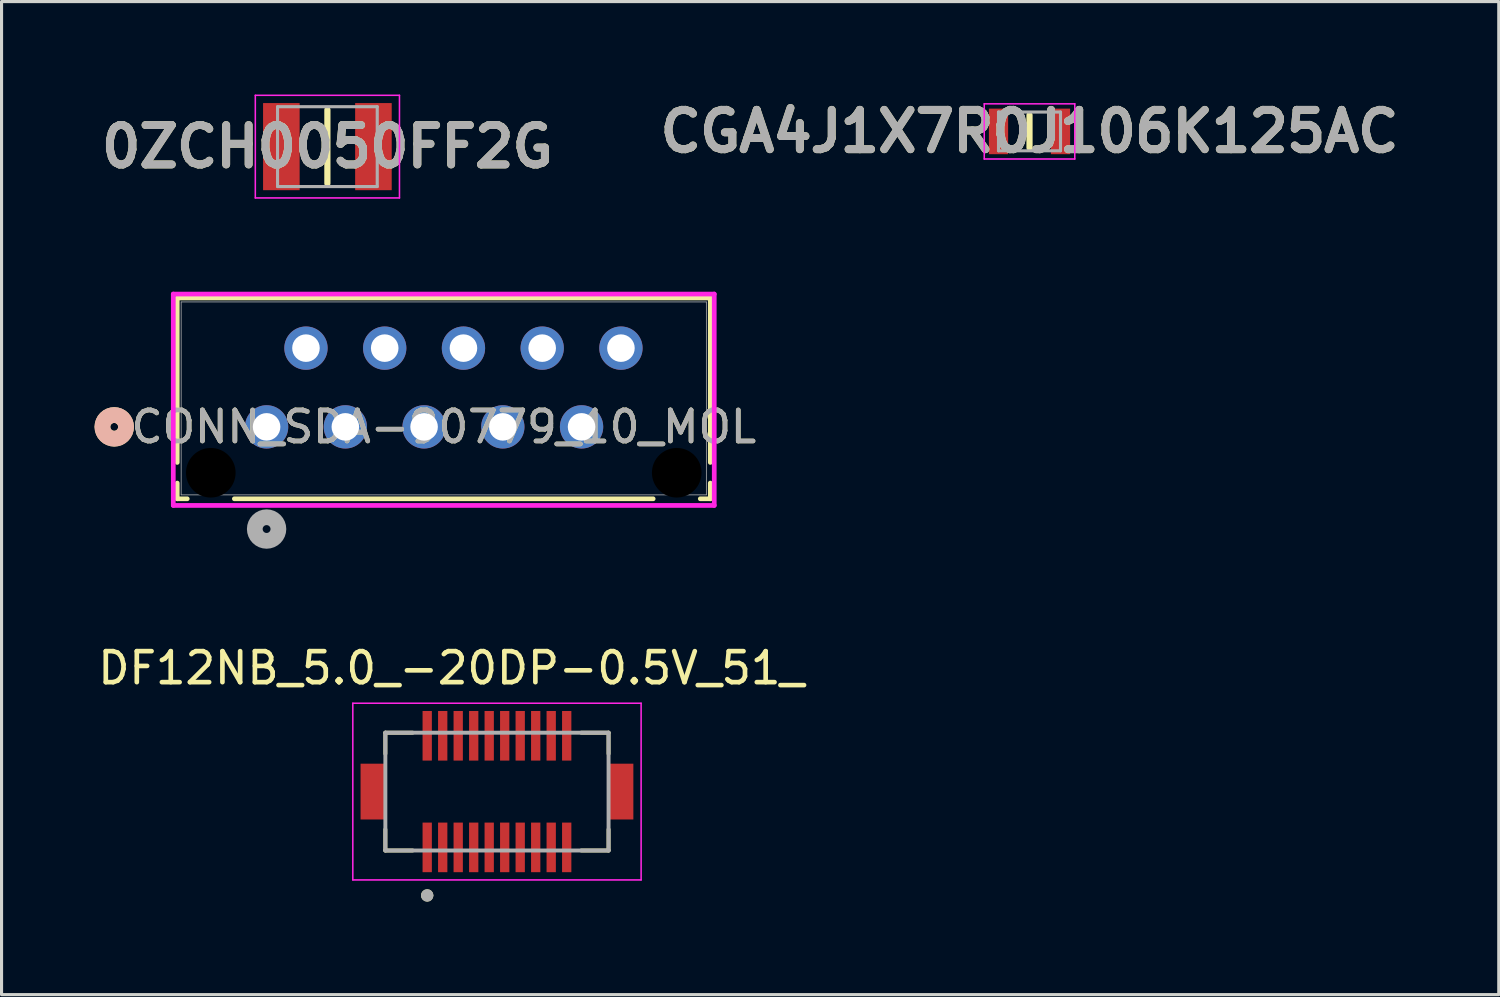
<source format=kicad_pcb>
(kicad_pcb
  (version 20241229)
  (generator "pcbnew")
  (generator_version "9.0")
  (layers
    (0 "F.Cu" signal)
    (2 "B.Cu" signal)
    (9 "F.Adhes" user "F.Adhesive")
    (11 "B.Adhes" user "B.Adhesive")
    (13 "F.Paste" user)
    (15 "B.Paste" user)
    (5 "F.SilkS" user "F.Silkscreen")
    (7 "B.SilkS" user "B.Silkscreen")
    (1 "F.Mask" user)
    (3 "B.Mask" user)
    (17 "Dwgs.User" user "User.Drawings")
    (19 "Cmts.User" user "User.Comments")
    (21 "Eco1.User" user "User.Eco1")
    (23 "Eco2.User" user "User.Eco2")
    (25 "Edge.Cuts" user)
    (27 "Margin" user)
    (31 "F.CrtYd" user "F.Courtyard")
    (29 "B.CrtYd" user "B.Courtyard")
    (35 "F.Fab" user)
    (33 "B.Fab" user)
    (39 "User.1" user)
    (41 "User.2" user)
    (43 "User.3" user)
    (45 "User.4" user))
  (footprint "DF12NB_5.0_-20DP-0.5V_51_"
    (layer "F.Cu")
    (at 12.981 22.485)
    (property "Reference" "DF12NB_5.0_-20DP-0.5V_51_" (at -1.475 -3.985 0) (layer "F.SilkS") (effects (font (size 1 1) (thickness 0.15))))
    (attr smd)
    (fp_poly (pts (xy -2.45 -2.65) (xy -2.05 -2.65) (xy -2.05 -0.95) (xy -2.45 -0.95)) (stroke (width 0.01) (type solid)) (fill yes) (layer "F.Mask"))
    (fp_poly (pts (xy -2.45 0.95) (xy -2.05 0.95) (xy -2.05 2.65) (xy -2.45 2.65)) (stroke (width 0.01) (type solid)) (fill yes) (layer "F.Mask"))
    (fp_poly (pts (xy -1.95 -2.65) (xy -1.55 -2.65) (xy -1.55 -0.95) (xy -1.95 -0.95)) (stroke (width 0.01) (type solid)) (fill yes) (layer "F.Mask"))
    (fp_poly (pts (xy -1.95 0.95) (xy -1.55 0.95) (xy -1.55 2.65) (xy -1.95 2.65)) (stroke (width 0.01) (type solid)) (fill yes) (layer "F.Mask"))
    (fp_poly (pts (xy -1.45 -2.65) (xy -1.05 -2.65) (xy -1.05 -0.95) (xy -1.45 -0.95)) (stroke (width 0.01) (type solid)) (fill yes) (layer "F.Mask"))
    (fp_poly (pts (xy -1.45 0.95) (xy -1.05 0.95) (xy -1.05 2.65) (xy -1.45 2.65)) (stroke (width 0.01) (type solid)) (fill yes) (layer "F.Mask"))
    (fp_poly (pts (xy -0.95 -2.65) (xy -0.55 -2.65) (xy -0.55 -0.95) (xy -0.95 -0.95)) (stroke (width 0.01) (type solid)) (fill yes) (layer "F.Mask"))
    (fp_poly (pts (xy -0.95 0.95) (xy -0.55 0.95) (xy -0.55 2.65) (xy -0.95 2.65)) (stroke (width 0.01) (type solid)) (fill yes) (layer "F.Mask"))
    (fp_poly (pts (xy -0.45 -2.65) (xy -0.05 -2.65) (xy -0.05 -0.95) (xy -0.45 -0.95)) (stroke (width 0.01) (type solid)) (fill yes) (layer "F.Mask"))
    (fp_poly (pts (xy -0.45 0.95) (xy -0.05 0.95) (xy -0.05 2.65) (xy -0.45 2.65)) (stroke (width 0.01) (type solid)) (fill yes) (layer "F.Mask"))
    (fp_poly (pts (xy 0.05 -2.65) (xy 0.45 -2.65) (xy 0.45 -0.95) (xy 0.05 -0.95)) (stroke (width 0.01) (type solid)) (fill yes) (layer "F.Mask"))
    (fp_poly (pts (xy 0.05 0.95) (xy 0.45 0.95) (xy 0.45 2.65) (xy 0.05 2.65)) (stroke (width 0.01) (type solid)) (fill yes) (layer "F.Mask"))
    (fp_poly (pts (xy 0.55 -2.65) (xy 0.95 -2.65) (xy 0.95 -0.95) (xy 0.55 -0.95)) (stroke (width 0.01) (type solid)) (fill yes) (layer "F.Mask"))
    (fp_poly (pts (xy 0.55 0.95) (xy 0.95 0.95) (xy 0.95 2.65) (xy 0.55 2.65)) (stroke (width 0.01) (type solid)) (fill yes) (layer "F.Mask"))
    (fp_poly (pts (xy 1.05 -2.65) (xy 1.45 -2.65) (xy 1.45 -0.95) (xy 1.05 -0.95)) (stroke (width 0.01) (type solid)) (fill yes) (layer "F.Mask"))
    (fp_poly (pts (xy 1.05 0.95) (xy 1.45 0.95) (xy 1.45 2.65) (xy 1.05 2.65)) (stroke (width 0.01) (type solid)) (fill yes) (layer "F.Mask"))
    (fp_poly (pts (xy 1.55 -2.65) (xy 1.95 -2.65) (xy 1.95 -0.95) (xy 1.55 -0.95)) (stroke (width 0.01) (type solid)) (fill yes) (layer "F.Mask"))
    (fp_poly (pts (xy 1.55 0.95) (xy 1.95 0.95) (xy 1.95 2.65) (xy 1.55 2.65)) (stroke (width 0.01) (type solid)) (fill yes) (layer "F.Mask"))
    (fp_poly (pts (xy 2.05 -2.65) (xy 2.45 -2.65) (xy 2.45 -0.95) (xy 2.05 -0.95)) (stroke (width 0.01) (type solid)) (fill yes) (layer "F.Mask"))
    (fp_poly (pts (xy 2.05 0.95) (xy 2.45 0.95) (xy 2.45 2.65) (xy 2.05 2.65)) (stroke (width 0.01) (type solid)) (fill yes) (layer "F.Mask"))
    (fp_line (start -3.6 -1.9) (end -2.72 -1.9) (stroke (width 0.127) (type solid)) (layer "F.SilkS"))
    (fp_line (start -3.6 -1.22) (end -3.6 -1.9) (stroke (width 0.127) (type solid)) (layer "F.SilkS"))
    (fp_line (start -3.6 1.9) (end -3.6 1.22) (stroke (width 0.127) (type solid)) (layer "F.SilkS"))
    (fp_line (start -2.72 1.9) (end -3.6 1.9) (stroke (width 0.127) (type solid)) (layer "F.SilkS"))
    (fp_line (start 2.72 -1.9) (end 3.6 -1.9) (stroke (width 0.127) (type solid)) (layer "F.SilkS"))
    (fp_line (start 3.6 -1.9) (end 3.6 -1.22) (stroke (width 0.127) (type solid)) (layer "F.SilkS"))
    (fp_line (start 3.6 1.9) (end 2.72 1.9) (stroke (width 0.127) (type solid)) (layer "F.SilkS"))
    (fp_line (start 3.6 1.9) (end 3.6 1.22) (stroke (width 0.127) (type solid)) (layer "F.SilkS"))
    (fp_circle (center -2.25 3.35) (end -2.15 3.35) (stroke (width 0.2) (type solid)) (fill no) (layer "F.SilkS"))
    (fp_poly (pts (xy -2.39 -2.6) (xy -2.11 -2.6) (xy -2.11 -1.4) (xy -2.39 -1.4)) (stroke (width 0.01) (type solid)) (fill yes) (layer "F.Paste"))
    (fp_poly (pts (xy -2.39 1.4) (xy -2.11 1.4) (xy -2.11 2.6) (xy -2.39 2.6)) (stroke (width 0.01) (type solid)) (fill yes) (layer "F.Paste"))
    (fp_poly (pts (xy -1.89 -2.6) (xy -1.61 -2.6) (xy -1.61 -1.4) (xy -1.89 -1.4)) (stroke (width 0.01) (type solid)) (fill yes) (layer "F.Paste"))
    (fp_poly (pts (xy -1.89 1.4) (xy -1.61 1.4) (xy -1.61 2.6) (xy -1.89 2.6)) (stroke (width 0.01) (type solid)) (fill yes) (layer "F.Paste"))
    (fp_poly (pts (xy -1.39 -2.6) (xy -1.11 -2.6) (xy -1.11 -1.4) (xy -1.39 -1.4)) (stroke (width 0.01) (type solid)) (fill yes) (layer "F.Paste"))
    (fp_poly (pts (xy -1.39 1.4) (xy -1.11 1.4) (xy -1.11 2.6) (xy -1.39 2.6)) (stroke (width 0.01) (type solid)) (fill yes) (layer "F.Paste"))
    (fp_poly (pts (xy -0.89 -2.6) (xy -0.61 -2.6) (xy -0.61 -1.4) (xy -0.89 -1.4)) (stroke (width 0.01) (type solid)) (fill yes) (layer "F.Paste"))
    (fp_poly (pts (xy -0.89 1.4) (xy -0.61 1.4) (xy -0.61 2.6) (xy -0.89 2.6)) (stroke (width 0.01) (type solid)) (fill yes) (layer "F.Paste"))
    (fp_poly (pts (xy -0.39 -2.6) (xy -0.11 -2.6) (xy -0.11 -1.4) (xy -0.39 -1.4)) (stroke (width 0.01) (type solid)) (fill yes) (layer "F.Paste"))
    (fp_poly (pts (xy -0.39 1.4) (xy -0.11 1.4) (xy -0.11 2.6) (xy -0.39 2.6)) (stroke (width 0.01) (type solid)) (fill yes) (layer "F.Paste"))
    (fp_poly (pts (xy 0.11 -2.6) (xy 0.39 -2.6) (xy 0.39 -1.4) (xy 0.11 -1.4)) (stroke (width 0.01) (type solid)) (fill yes) (layer "F.Paste"))
    (fp_poly (pts (xy 0.11 1.4) (xy 0.39 1.4) (xy 0.39 2.6) (xy 0.11 2.6)) (stroke (width 0.01) (type solid)) (fill yes) (layer "F.Paste"))
    (fp_poly (pts (xy 0.61 -2.6) (xy 0.89 -2.6) (xy 0.89 -1.4) (xy 0.61 -1.4)) (stroke (width 0.01) (type solid)) (fill yes) (layer "F.Paste"))
    (fp_poly (pts (xy 0.61 1.4) (xy 0.89 1.4) (xy 0.89 2.6) (xy 0.61 2.6)) (stroke (width 0.01) (type solid)) (fill yes) (layer "F.Paste"))
    (fp_poly (pts (xy 1.11 -2.6) (xy 1.39 -2.6) (xy 1.39 -1.4) (xy 1.11 -1.4)) (stroke (width 0.01) (type solid)) (fill yes) (layer "F.Paste"))
    (fp_poly (pts (xy 1.11 1.4) (xy 1.39 1.4) (xy 1.39 2.6) (xy 1.11 2.6)) (stroke (width 0.01) (type solid)) (fill yes) (layer "F.Paste"))
    (fp_poly (pts (xy 1.61 -2.6) (xy 1.89 -2.6) (xy 1.89 -1.4) (xy 1.61 -1.4)) (stroke (width 0.01) (type solid)) (fill yes) (layer "F.Paste"))
    (fp_poly (pts (xy 1.61 1.4) (xy 1.89 1.4) (xy 1.89 2.6) (xy 1.61 2.6)) (stroke (width 0.01) (type solid)) (fill yes) (layer "F.Paste"))
    (fp_poly (pts (xy 2.11 -2.6) (xy 2.39 -2.6) (xy 2.39 -1.4) (xy 2.11 -1.4)) (stroke (width 0.01) (type solid)) (fill yes) (layer "F.Paste"))
    (fp_poly (pts (xy 2.11 1.4) (xy 2.39 1.4) (xy 2.39 2.6) (xy 2.11 2.6)) (stroke (width 0.01) (type solid)) (fill yes) (layer "F.Paste"))
    (fp_line (start -4.65 -2.85) (end -4.65 2.85) (stroke (width 0.05) (type solid)) (layer "F.CrtYd"))
    (fp_line (start -4.65 2.85) (end 4.65 2.85) (stroke (width 0.05) (type solid)) (layer "F.CrtYd"))
    (fp_line (start 4.65 -2.85) (end -4.65 -2.85) (stroke (width 0.05) (type solid)) (layer "F.CrtYd"))
    (fp_line (start 4.65 2.85) (end 4.65 -2.85) (stroke (width 0.05) (type solid)) (layer "F.CrtYd"))
    (fp_line (start -3.6 -1.9) (end 3.6 -1.9) (stroke (width 0.127) (type solid)) (layer "F.Fab"))
    (fp_line (start -3.6 1.9) (end -3.6 -1.9) (stroke (width 0.127) (type solid)) (layer "F.Fab"))
    (fp_line (start 3.6 -1.9) (end 3.6 1.9) (stroke (width 0.127) (type solid)) (layer "F.Fab"))
    (fp_line (start 3.6 1.9) (end -3.6 1.9) (stroke (width 0.127) (type solid)) (layer "F.Fab"))
    (fp_circle (center -2.25 3.35) (end -2.15 3.35) (stroke (width 0.2) (type solid)) (fill no) (layer "F.Fab"))
    (pad "1" smd rect (at -2.25 1.8) (size 0.3 1.6) (layers "F.Cu"))
    (pad "2" smd rect (at -2.25 -1.8) (size 0.3 1.6) (layers "F.Cu"))
    (pad "3" smd rect (at -1.75 1.8) (size 0.3 1.6) (layers "F.Cu"))
    (pad "4" smd rect (at -1.75 -1.8) (size 0.3 1.6) (layers "F.Cu"))
    (pad "5" smd rect (at -1.25 1.8) (size 0.3 1.6) (layers "F.Cu"))
    (pad "6" smd rect (at -1.25 -1.8) (size 0.3 1.6) (layers "F.Cu"))
    (pad "7" smd rect (at -0.75 1.8) (size 0.3 1.6) (layers "F.Cu"))
    (pad "8" smd rect (at -0.75 -1.8) (size 0.3 1.6) (layers "F.Cu"))
    (pad "9" smd rect (at -0.25 1.8) (size 0.3 1.6) (layers "F.Cu"))
    (pad "10" smd rect (at -0.25 -1.8) (size 0.3 1.6) (layers "F.Cu"))
    (pad "11" smd rect (at 0.25 1.8) (size 0.3 1.6) (layers "F.Cu"))
    (pad "12" smd rect (at 0.25 -1.8) (size 0.3 1.6) (layers "F.Cu"))
    (pad "13" smd rect (at 0.75 1.8) (size 0.3 1.6) (layers "F.Cu"))
    (pad "14" smd rect (at 0.75 -1.8) (size 0.3 1.6) (layers "F.Cu"))
    (pad "15" smd rect (at 1.25 1.8) (size 0.3 1.6) (layers "F.Cu"))
    (pad "16" smd rect (at 1.25 -1.8) (size 0.3 1.6) (layers "F.Cu"))
    (pad "17" smd rect (at 1.75 1.8) (size 0.3 1.6) (layers "F.Cu"))
    (pad "18" smd rect (at 1.75 -1.8) (size 0.3 1.6) (layers "F.Cu"))
    (pad "19" smd rect (at 2.25 1.8) (size 0.3 1.6) (layers "F.Cu"))
    (pad "20" smd rect (at 2.25 -1.8) (size 0.3 1.6) (layers "F.Cu"))
    (pad "S1" smd rect (at -4 0) (size 0.8 1.8) (layers "F.Cu" "F.Mask" "F.Paste"))
    (pad "S2" smd rect (at 4 0) (size 0.8 1.8) (layers "F.Cu" "F.Mask" "F.Paste"))
    (zone (net_name "") (layer "F.Cu") (hatch full 0.508) (connect_pads) (min_thickness 0.01) (filled_areas_thickness no) (keepout (tracks not_allowed) (vias not_allowed) (pads not_allowed) (copperpour not_allowed) (footprints allowed)) (placement (enabled no)) (fill) (polygon (pts (xy 9.381 21.485) (xy 16.581 21.485) (xy 16.581 23.485) (xy 9.381 23.485))))
    (zone (net_name "") (layers "F.Cu" "B.Cu") (hatch full 0.508) (connect_pads) (min_thickness 0.01) (filled_areas_thickness no) (keepout (tracks allowed) (vias not_allowed) (pads allowed) (copperpour allowed) (footprints allowed)) (placement (enabled no)) (fill) (polygon (pts (xy 9.381 21.485) (xy 16.581 21.485) (xy 16.581 23.485) (xy 9.381 23.485)))))
  (footprint "0ZCH0050FF2G"
    (layer "F.Cu")
    (at 7.511 1.68)
    (property "Reference" "0ZCH0050FF2G" (at 0 0 0) (layer "F.SilkS") (effects (font (size 1.27 1.27) (thickness 0.254))))
    (attr smd)
    (fp_line (start 0 -1.188) (end 0 1.188) (stroke (width 0.2) (type solid)) (layer "F.SilkS"))
    (fp_line (start -2.325 -1.655) (end 2.325 -1.655) (stroke (width 0.05) (type solid)) (layer "F.CrtYd"))
    (fp_line (start -2.325 1.655) (end -2.325 -1.655) (stroke (width 0.05) (type solid)) (layer "F.CrtYd"))
    (fp_line (start 2.325 -1.655) (end 2.325 1.655) (stroke (width 0.05) (type solid)) (layer "F.CrtYd"))
    (fp_line (start 2.325 1.655) (end -2.325 1.655) (stroke (width 0.05) (type solid)) (layer "F.CrtYd"))
    (fp_line (start -1.608 -1.288) (end 1.608 -1.288) (stroke (width 0.1) (type solid)) (layer "F.Fab"))
    (fp_line (start -1.608 1.288) (end -1.608 -1.288) (stroke (width 0.1) (type solid)) (layer "F.Fab"))
    (fp_line (start 1.608 -1.288) (end 1.608 1.288) (stroke (width 0.1) (type solid)) (layer "F.Fab"))
    (fp_line (start 1.608 1.288) (end -1.608 1.288) (stroke (width 0.1) (type solid)) (layer "F.Fab"))
    (fp_text user "${REFERENCE}" (at 0 0 0) (layer "F.Fab") (effects (font (size 1.27 1.27) (thickness 0.254))))
    (pad "1" smd rect (at -1.485 0) (size 1.18 2.81) (layers "F.Cu" "F.Mask" "F.Paste"))
    (pad "2" smd rect (at 1.485 0) (size 1.18 2.81) (layers "F.Cu" "F.Mask" "F.Paste")))
  (footprint "CONN_SDA-90779_10_MOL"
    (layer "F.Cu")
    (at 5.55 10.72)
    (property "Reference" "CONN_SDA-90779_10_MOL" (at 5.715 0 0) (unlocked yes) (layer "F.SilkS") (effects (font (size 1 1) (thickness 0.15))))
    (attr through_hole)
    (fp_line (start -2.883 -4.157) (end -2.883 1.147) (stroke (width 0.152) (type solid)) (layer "F.SilkS"))
    (fp_line (start -2.883 1.813) (end -2.883 2.32) (stroke (width 0.152) (type solid)) (layer "F.SilkS"))
    (fp_line (start -2.883 2.32) (end -2.56 2.32) (stroke (width 0.152) (type solid)) (layer "F.SilkS"))
    (fp_line (start -1.04 2.32) (end 12.47 2.32) (stroke (width 0.152) (type solid)) (layer "F.SilkS"))
    (fp_line (start 13.99 2.32) (end 14.313 2.32) (stroke (width 0.152) (type solid)) (layer "F.SilkS"))
    (fp_line (start 14.313 -4.157) (end -2.883 -4.157) (stroke (width 0.152) (type solid)) (layer "F.SilkS"))
    (fp_line (start 14.313 1.147) (end 14.313 -4.157) (stroke (width 0.152) (type solid)) (layer "F.SilkS"))
    (fp_line (start 14.313 2.32) (end 14.313 1.813) (stroke (width 0.152) (type solid)) (layer "F.SilkS"))
    (fp_circle (center -4.915 0) (end -4.534 0) (stroke (width 0.508) (type solid)) (fill no) (layer "F.SilkS"))
    (fp_circle (center -4.915 0) (end -4.534 0) (stroke (width 0.508) (type solid)) (fill no) (layer "B.SilkS"))
    (fp_line (start -3.01 -4.284) (end -3.01 2.534) (stroke (width 0.152) (type solid)) (layer "F.CrtYd"))
    (fp_line (start -3.01 2.534) (end 14.44 2.534) (stroke (width 0.152) (type solid)) (layer "F.CrtYd"))
    (fp_line (start 14.44 -4.284) (end -3.01 -4.284) (stroke (width 0.152) (type solid)) (layer "F.CrtYd"))
    (fp_line (start 14.44 2.534) (end 14.44 -4.284) (stroke (width 0.152) (type solid)) (layer "F.CrtYd"))
    (fp_line (start -2.756 -4.03) (end -2.756 2.193) (stroke (width 0.025) (type solid)) (layer "F.Fab"))
    (fp_line (start -2.756 2.193) (end 14.186 2.193) (stroke (width 0.025) (type solid)) (layer "F.Fab"))
    (fp_line (start 14.186 -4.03) (end -2.756 -4.03) (stroke (width 0.025) (type solid)) (layer "F.Fab"))
    (fp_line (start 14.186 2.193) (end 14.186 -4.03) (stroke (width 0.025) (type solid)) (layer "F.Fab"))
    (fp_circle (center 0 3.296) (end 0.381 3.296) (stroke (width 0.508) (type solid)) (fill no) (layer "F.Fab"))
    (fp_text user "${REFERENCE}" (at 5.715 0 0) (unlocked yes) (layer "F.Fab") (effects (font (size 1 1) (thickness 0.15))))
    (pad "" np_thru_hole circle (at -1.8 1.48) (size 1.6 1.6) (drill 1.6) (layers))
    (pad "" np_thru_hole circle (at 13.23 1.48) (size 1.6 1.6) (drill 1.6) (layers))
    (pad "1" thru_hole circle (at 0 0) (size 1.397 1.397) (drill 0.889) (layers "*.Cu" "*.Mask"))
    (pad "2" thru_hole circle (at 1.27 -2.54) (size 1.397 1.397) (drill 0.889) (layers "*.Cu" "*.Mask"))
    (pad "3" thru_hole circle (at 2.54 0) (size 1.397 1.397) (drill 0.889) (layers "*.Cu" "*.Mask"))
    (pad "4" thru_hole circle (at 3.81 -2.54) (size 1.397 1.397) (drill 0.889) (layers "*.Cu" "*.Mask"))
    (pad "5" thru_hole circle (at 5.08 0) (size 1.397 1.397) (drill 0.889) (layers "*.Cu" "*.Mask"))
    (pad "6" thru_hole circle (at 6.35 -2.54) (size 1.397 1.397) (drill 0.889) (layers "*.Cu" "*.Mask"))
    (pad "7" thru_hole circle (at 7.62 0) (size 1.397 1.397) (drill 0.889) (layers "*.Cu" "*.Mask"))
    (pad "8" thru_hole circle (at 8.89 -2.54) (size 1.397 1.397) (drill 0.889) (layers "*.Cu" "*.Mask"))
    (pad "9" thru_hole circle (at 10.16 0) (size 1.397 1.397) (drill 0.889) (layers "*.Cu" "*.Mask"))
    (pad "10" thru_hole circle (at 11.43 -2.54) (size 1.397 1.397) (drill 0.889) (layers "*.Cu" "*.Mask")))
  (footprint "CGA4J1X7R0J106K125AC"
    (layer "F.Cu")
    (at 30.16 1.189)
    (property "Reference" "CGA4J1X7R0J106K125AC" (at 0 0 0) (layer "F.SilkS") (effects (font (size 1.27 1.27) (thickness 0.254))))
    (attr smd)
    (fp_line (start 0 -0.525) (end 0 0.525) (stroke (width 0.2) (type solid)) (layer "F.SilkS"))
    (fp_line (start -1.46 -0.89) (end 1.46 -0.89) (stroke (width 0.05) (type solid)) (layer "F.CrtYd"))
    (fp_line (start -1.46 0.89) (end -1.46 -0.89) (stroke (width 0.05) (type solid)) (layer "F.CrtYd"))
    (fp_line (start 1.46 -0.89) (end 1.46 0.89) (stroke (width 0.05) (type solid)) (layer "F.CrtYd"))
    (fp_line (start 1.46 0.89) (end -1.46 0.89) (stroke (width 0.05) (type solid)) (layer "F.CrtYd"))
    (fp_line (start -1 -0.625) (end 1 -0.625) (stroke (width 0.1) (type solid)) (layer "F.Fab"))
    (fp_line (start -1 0.625) (end -1 -0.625) (stroke (width 0.1) (type solid)) (layer "F.Fab"))
    (fp_line (start 1 -0.625) (end 1 0.625) (stroke (width 0.1) (type solid)) (layer "F.Fab"))
    (fp_line (start 1 0.625) (end -1 0.625) (stroke (width 0.1) (type solid)) (layer "F.Fab"))
    (fp_text user "${REFERENCE}" (at 0 0 0) (layer "F.Fab") (effects (font (size 1.27 1.27) (thickness 0.254))))
    (pad "1" smd rect (at -1 0) (size 0.62 1.47) (layers "F.Cu" "F.Mask" "F.Paste"))
    (pad "2" smd rect (at 1 0) (size 0.62 1.47) (layers "F.Cu" "F.Mask" "F.Paste")))
  (gr_rect
    (start -3 -3)
    (end 45.297 29.035)
    (stroke (width 0.1) (type default))
    (fill no)
    (layer "Edge.Cuts")))
</source>
